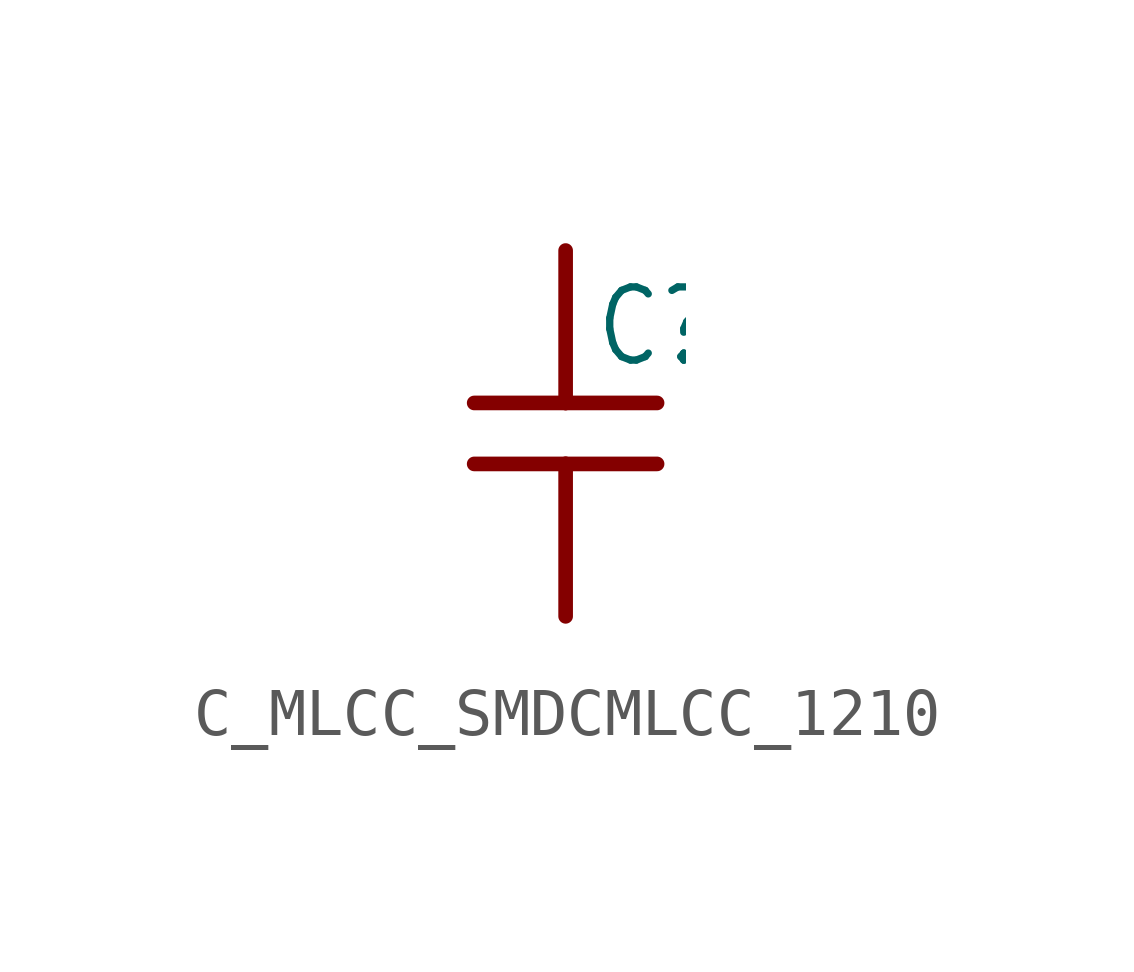
<source format=kicad_sym>
(kicad_symbol_lib
  (version 20231120)
  (generator "kicad_symbol_editor")
  (generator_version "8.0")
  (symbol "C_MLCC_SMDCMLCC_1210"
    (property "Reference" "C"
      (at 0.572 0.064 0)
      (effects (font (size 1.524 1.295)) (justify left bottom)))
    (property "Value" ""
      (at 0.572 -4.381 0)
      (effects (font (size 1.524 1.295)) (justify left bottom)))
    (property "ki_locked" ""
      (at 0 0 0)
      (effects (font (size 1.27 1.27))))
    (symbol "C_MLCC_SMDCMLCC_1210_1_0"
      (polyline (pts (xy -1.905 -1.905) (xy 0 -1.905)) (stroke (width 0.305) (type solid)) (fill (type none)))
      (polyline (pts (xy 0 -1.905) (xy 0 -5.08)) (stroke (width 0.305) (type solid)) (fill (type none)))
      (polyline (pts (xy 0 -1.905) (xy 1.905 -1.905)) (stroke (width 0.305) (type solid)) (fill (type none)))
      (polyline (pts (xy 0 -0.635) (xy -1.905 -0.635)) (stroke (width 0.305) (type solid)) (fill (type none)))
      (polyline (pts (xy 0 -0.635) (xy 0 2.54)) (stroke (width 0.305) (type solid)) (fill (type none)))
      (polyline (pts (xy 1.905 -0.635) (xy 0 -0.635)) (stroke (width 0.305) (type solid)) (fill (type none)))
      (pin passive line (at 0 2.54 270) (length 0) (name "1" (effects (font (size 0 0)))) (number "P$1" (effects (font (size 0 0)))))
      (pin passive line (at 0 -5.08 90) (length 0) (name "2" (effects (font (size 0 0)))) (number "P$2" (effects (font (size 0 0))))))))
</source>
